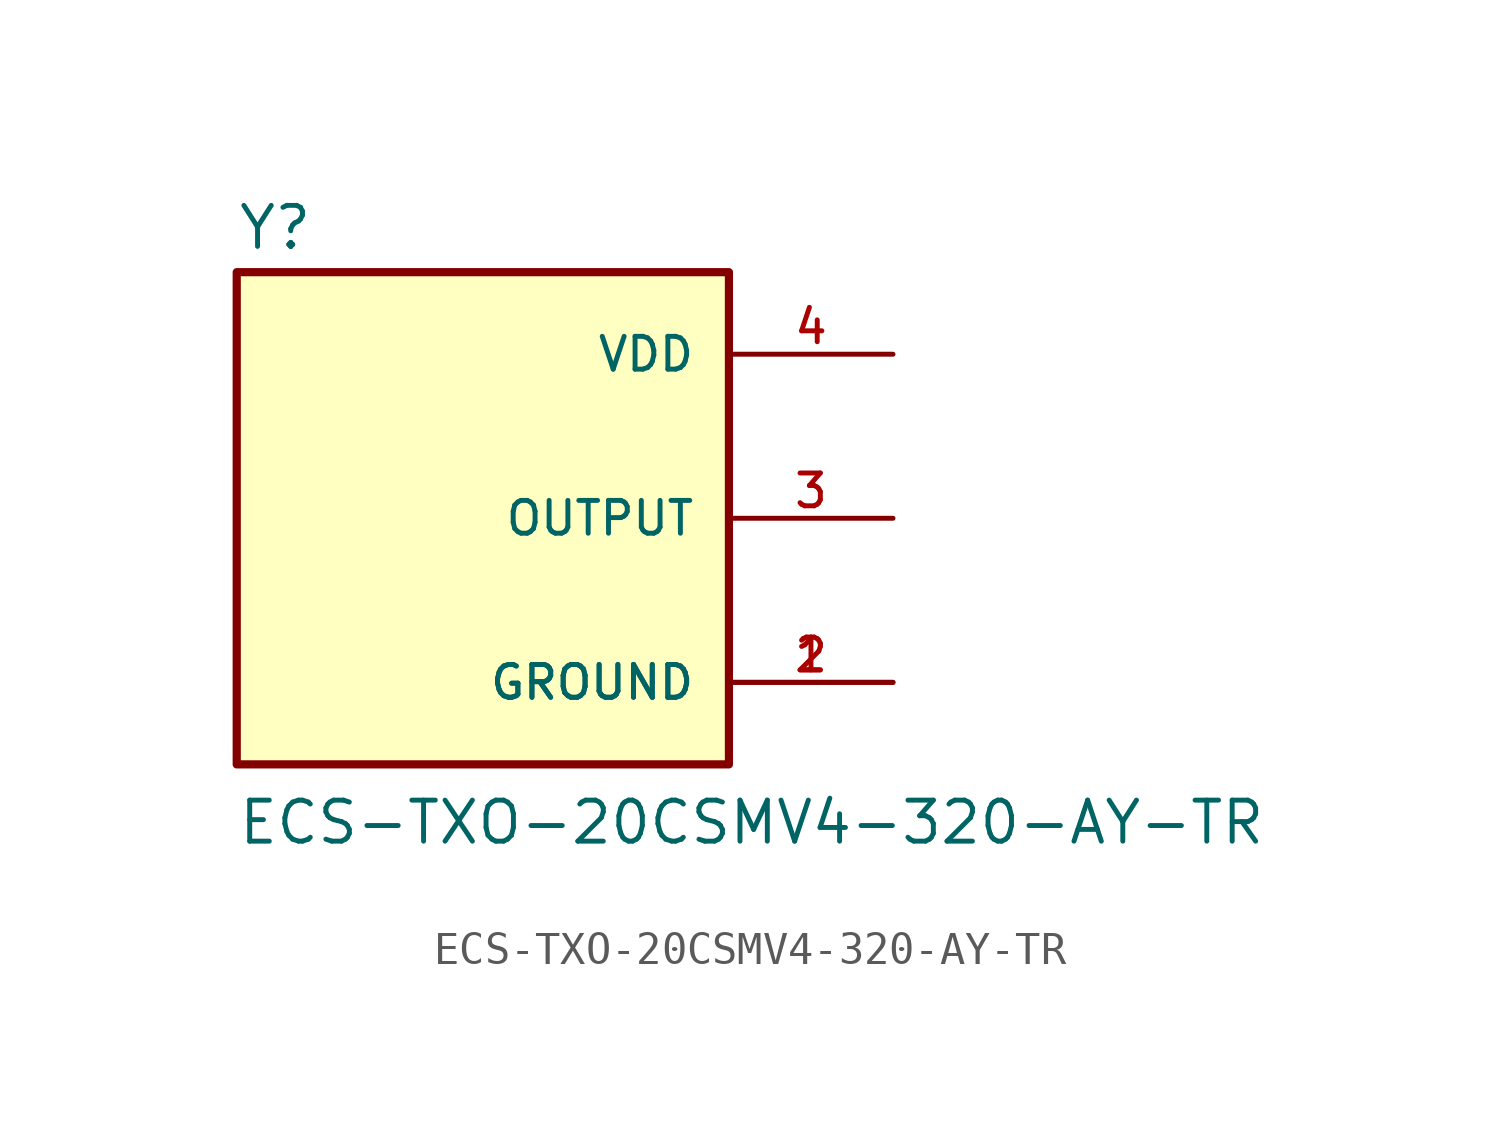
<source format=kicad_sym>
(kicad_symbol_lib
  (version 20211014)
  (generator kicad_symbol_editor)
  (symbol "ECS-TXO-20CSMV4-320-AY-TR"
    (pin_names
      (offset 1.016))
    (property "Reference" "Y"
      (at -7.62 8.255 0)
      (effects (font (size 1.27 1.27)) (justify bottom left)))
    (property "Value" "ECS-TXO-20CSMV4-320-AY-TR"
      (at -7.62 -10.16 0)
      (effects (font (size 1.27 1.27)) (justify bottom left)))
    (symbol "ECS-TXO-20CSMV4-320-AY-TR_0_0"
      (rectangle (start -7.62 -7.62) (end 7.62 7.62) (stroke (width 0.254)) (fill (type background)))
      (pin power_in line (at 12.7 -5.08 180.0) (length 5.08) (name "GROUND" (effects (font (size 1.016 1.016)))) (number "1" (effects (font (size 1.016 1.016)))))
      (pin power_in line (at 12.7 -5.08 180.0) (length 5.08) (name "GROUND" (effects (font (size 1.016 1.016)))) (number "2" (effects (font (size 1.016 1.016)))))
      (pin output line (at 12.7 0.0 180.0) (length 5.08) (name "OUTPUT" (effects (font (size 1.016 1.016)))) (number "3" (effects (font (size 1.016 1.016)))))
      (pin power_in line (at 12.7 5.08 180.0) (length 5.08) (name "VDD" (effects (font (size 1.016 1.016)))) (number "4" (effects (font (size 1.016 1.016))))))))
</source>
